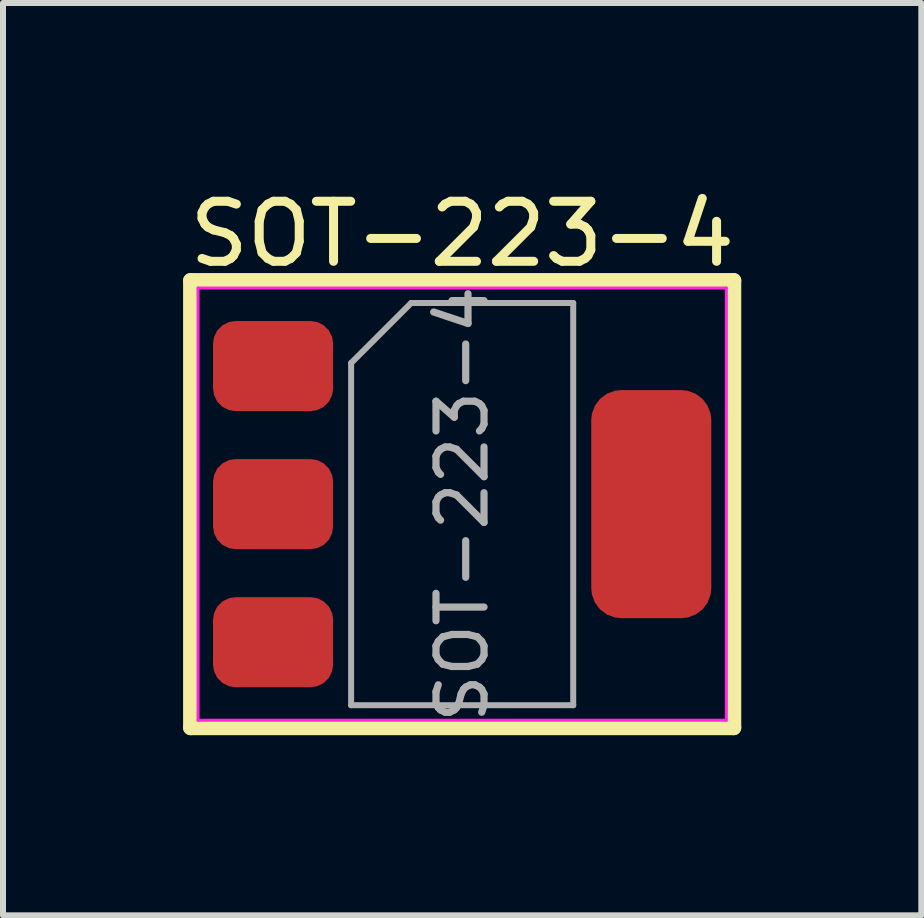
<source format=kicad_pcb>
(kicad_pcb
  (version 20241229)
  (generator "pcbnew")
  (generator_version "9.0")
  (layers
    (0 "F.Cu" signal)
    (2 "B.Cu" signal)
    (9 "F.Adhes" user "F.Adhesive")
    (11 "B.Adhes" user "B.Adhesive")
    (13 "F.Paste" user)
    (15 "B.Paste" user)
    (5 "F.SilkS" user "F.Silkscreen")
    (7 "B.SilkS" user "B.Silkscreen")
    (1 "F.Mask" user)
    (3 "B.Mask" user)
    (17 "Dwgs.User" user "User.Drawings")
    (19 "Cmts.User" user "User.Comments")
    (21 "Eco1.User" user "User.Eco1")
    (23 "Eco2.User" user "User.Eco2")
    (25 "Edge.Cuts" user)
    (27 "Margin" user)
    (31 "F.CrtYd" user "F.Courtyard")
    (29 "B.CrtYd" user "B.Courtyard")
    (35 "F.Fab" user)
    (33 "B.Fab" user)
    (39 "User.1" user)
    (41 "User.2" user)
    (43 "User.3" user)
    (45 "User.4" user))
  (footprint "SOT-223-4"
    (layer "F.Cu")
    (at 4.649 5.348)
    (property "Reference" "SOT-223-4" (at 0 -4.5 0) (layer "F.SilkS") (effects (font (size 1 1) (thickness 0.15))))
    (attr smd)
    (fp_line (start -4.524 -3.724) (end 4.524 -3.724) (stroke (width 0.25) (type solid)) (layer "F.SilkS"))
    (fp_line (start -4.524 3.724) (end -4.524 -3.724) (stroke (width 0.25) (type solid)) (layer "F.SilkS"))
    (fp_line (start 4.524 -3.724) (end 4.524 3.724) (stroke (width 0.25) (type solid)) (layer "F.SilkS"))
    (fp_line (start 4.524 3.724) (end -4.524 3.724) (stroke (width 0.25) (type solid)) (layer "F.SilkS"))
    (fp_line (start -4.4 -3.6) (end -4.4 3.6) (stroke (width 0.05) (type solid)) (layer "F.CrtYd"))
    (fp_line (start -4.4 3.6) (end 4.4 3.6) (stroke (width 0.05) (type solid)) (layer "F.CrtYd"))
    (fp_line (start 4.4 -3.6) (end -4.4 -3.6) (stroke (width 0.05) (type solid)) (layer "F.CrtYd"))
    (fp_line (start 4.4 3.6) (end 4.4 -3.6) (stroke (width 0.05) (type solid)) (layer "F.CrtYd"))
    (fp_line (start -1.85 -2.35) (end -1.85 3.35) (stroke (width 0.1) (type solid)) (layer "F.Fab"))
    (fp_line (start -1.85 -2.35) (end -0.85 -3.35) (stroke (width 0.1) (type solid)) (layer "F.Fab"))
    (fp_line (start -1.85 3.35) (end 1.85 3.35) (stroke (width 0.1) (type solid)) (layer "F.Fab"))
    (fp_line (start -0.85 -3.35) (end 1.85 -3.35) (stroke (width 0.1) (type solid)) (layer "F.Fab"))
    (fp_line (start 1.85 -3.35) (end 1.85 3.35) (stroke (width 0.1) (type solid)) (layer "F.Fab"))
    (fp_text user "${REFERENCE}" (at 0 0 90) (layer "F.Fab") (effects (font (size 0.8 0.8) (thickness 0.12))))
    (pad "1" smd roundrect (at -3.15 -2.3) (size 2 1.5) (layers "F.Cu" "F.Mask" "F.Paste") (roundrect_rratio 0.25))
    (pad "2" smd roundrect (at -3.15 0) (size 2 1.5) (layers "F.Cu" "F.Mask" "F.Paste") (roundrect_rratio 0.25))
    (pad "3" smd roundrect (at -3.15 2.3) (size 2 1.5) (layers "F.Cu" "F.Mask" "F.Paste") (roundrect_rratio 0.25))
    (pad "4" smd roundrect (at 3.15 0) (size 2 3.8) (layers "F.Cu" "F.Mask" "F.Paste") (roundrect_rratio 0.25)))
  (gr_rect
    (start -3 -3)
    (end 12.298 12.198)
    (stroke (width 0.1) (type default))
    (fill no)
    (layer "Edge.Cuts")))
</source>
